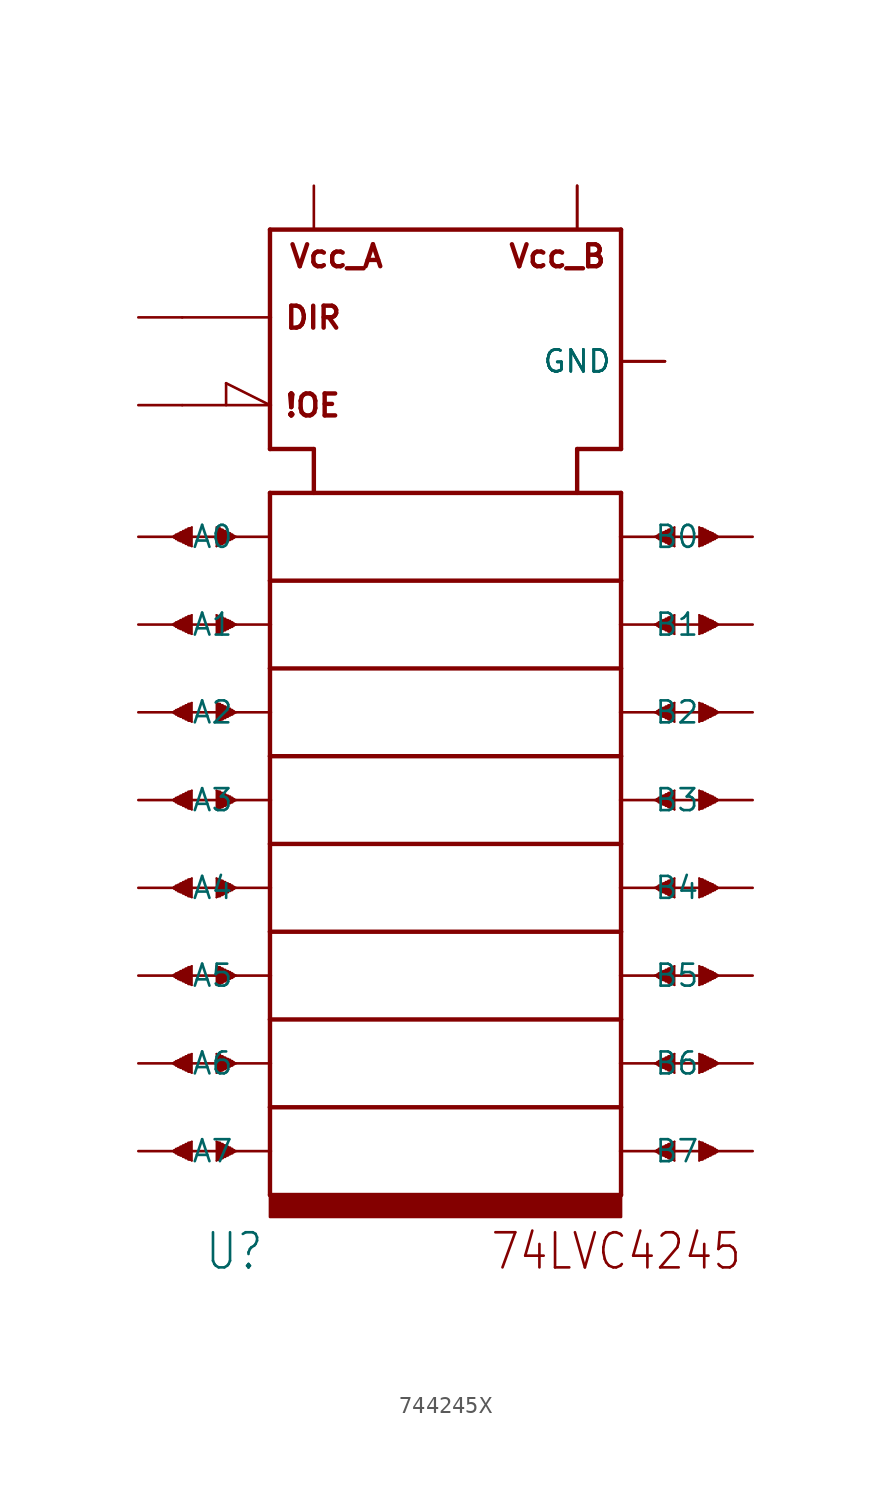
<source format=kicad_sym>
(kicad_symbol_lib
  (version 20211014)
  (generator kicad_symbol_editor)
  (symbol "744245X"
    (property "Reference" "U"
      (at -13.97 -37.465 0)
      (effects (font (size 2.032 1.727)) (justify left bottom)))
    (property "ki_locked" ""
      (at 0 0 0)
      (effects (font (size 1.27 1.27))))
    (symbol "744245X_1_0"
      (rectangle (start -15.697 -30.531) (end -15.596 -30.429) (stroke (width 0) (type default) (color 0 0 0 0)) (fill (type outline)))
      (rectangle (start -15.697 -25.451) (end -15.596 -25.349) (stroke (width 0) (type default) (color 0 0 0 0)) (fill (type outline)))
      (rectangle (start -15.697 -20.371) (end -15.596 -20.269) (stroke (width 0) (type default) (color 0 0 0 0)) (fill (type outline)))
      (rectangle (start -15.697 -15.291) (end -15.596 -15.189) (stroke (width 0) (type default) (color 0 0 0 0)) (fill (type outline)))
      (rectangle (start -15.697 -10.211) (end -15.596 -10.109) (stroke (width 0) (type default) (color 0 0 0 0)) (fill (type outline)))
      (rectangle (start -15.697 -5.131) (end -15.596 -5.029) (stroke (width 0) (type default) (color 0 0 0 0)) (fill (type outline)))
      (rectangle (start -15.697 -0.051) (end -15.596 0.051) (stroke (width 0) (type default) (color 0 0 0 0)) (fill (type outline)))
      (rectangle (start -15.697 5.029) (end -15.596 5.131) (stroke (width 0) (type default) (color 0 0 0 0)) (fill (type outline)))
      (rectangle (start -15.596 -30.607) (end -15.469 -30.353) (stroke (width 0) (type default) (color 0 0 0 0)) (fill (type outline)))
      (rectangle (start -15.596 -25.527) (end -15.469 -25.273) (stroke (width 0) (type default) (color 0 0 0 0)) (fill (type outline)))
      (rectangle (start -15.596 -20.447) (end -15.469 -20.193) (stroke (width 0) (type default) (color 0 0 0 0)) (fill (type outline)))
      (rectangle (start -15.596 -15.367) (end -15.469 -15.113) (stroke (width 0) (type default) (color 0 0 0 0)) (fill (type outline)))
      (rectangle (start -15.596 -10.287) (end -15.469 -10.033) (stroke (width 0) (type default) (color 0 0 0 0)) (fill (type outline)))
      (rectangle (start -15.596 -5.207) (end -15.469 -4.953) (stroke (width 0) (type default) (color 0 0 0 0)) (fill (type outline)))
      (rectangle (start -15.596 -0.127) (end -15.469 0.127) (stroke (width 0) (type default) (color 0 0 0 0)) (fill (type outline)))
      (rectangle (start -15.596 4.953) (end -15.469 5.207) (stroke (width 0) (type default) (color 0 0 0 0)) (fill (type outline)))
      (rectangle (start -15.469 -30.683) (end -15.342 -30.302) (stroke (width 0) (type default) (color 0 0 0 0)) (fill (type outline)))
      (rectangle (start -15.469 -25.603) (end -15.342 -25.222) (stroke (width 0) (type default) (color 0 0 0 0)) (fill (type outline)))
      (rectangle (start -15.469 -20.523) (end -15.342 -20.142) (stroke (width 0) (type default) (color 0 0 0 0)) (fill (type outline)))
      (rectangle (start -15.469 -15.443) (end -15.342 -15.062) (stroke (width 0) (type default) (color 0 0 0 0)) (fill (type outline)))
      (rectangle (start -15.469 -10.363) (end -15.342 -9.982) (stroke (width 0) (type default) (color 0 0 0 0)) (fill (type outline)))
      (rectangle (start -15.469 -5.283) (end -15.342 -4.902) (stroke (width 0) (type default) (color 0 0 0 0)) (fill (type outline)))
      (rectangle (start -15.469 -0.203) (end -15.342 0.178) (stroke (width 0) (type default) (color 0 0 0 0)) (fill (type outline)))
      (rectangle (start -15.469 4.877) (end -15.342 5.258) (stroke (width 0) (type default) (color 0 0 0 0)) (fill (type outline)))
      (rectangle (start -15.342 -30.734) (end -15.189 -30.226) (stroke (width 0) (type default) (color 0 0 0 0)) (fill (type outline)))
      (rectangle (start -15.342 -25.654) (end -15.189 -25.146) (stroke (width 0) (type default) (color 0 0 0 0)) (fill (type outline)))
      (rectangle (start -15.342 -20.574) (end -15.189 -20.066) (stroke (width 0) (type default) (color 0 0 0 0)) (fill (type outline)))
      (rectangle (start -15.342 -15.494) (end -15.189 -14.986) (stroke (width 0) (type default) (color 0 0 0 0)) (fill (type outline)))
      (rectangle (start -15.342 -10.414) (end -15.189 -9.906) (stroke (width 0) (type default) (color 0 0 0 0)) (fill (type outline)))
      (rectangle (start -15.342 -5.334) (end -15.189 -4.826) (stroke (width 0) (type default) (color 0 0 0 0)) (fill (type outline)))
      (rectangle (start -15.342 -0.254) (end -15.189 0.254) (stroke (width 0) (type default) (color 0 0 0 0)) (fill (type outline)))
      (rectangle (start -15.342 4.826) (end -15.189 5.334) (stroke (width 0) (type default) (color 0 0 0 0)) (fill (type outline)))
      (rectangle (start -15.189 -30.81) (end -15.037 -30.15) (stroke (width 0) (type default) (color 0 0 0 0)) (fill (type outline)))
      (rectangle (start -15.189 -25.73) (end -15.037 -25.07) (stroke (width 0) (type default) (color 0 0 0 0)) (fill (type outline)))
      (rectangle (start -15.189 -20.65) (end -15.037 -19.99) (stroke (width 0) (type default) (color 0 0 0 0)) (fill (type outline)))
      (rectangle (start -15.189 -15.57) (end -15.037 -14.91) (stroke (width 0) (type default) (color 0 0 0 0)) (fill (type outline)))
      (rectangle (start -15.189 -10.49) (end -15.037 -9.83) (stroke (width 0) (type default) (color 0 0 0 0)) (fill (type outline)))
      (rectangle (start -15.189 -5.41) (end -15.037 -4.75) (stroke (width 0) (type default) (color 0 0 0 0)) (fill (type outline)))
      (rectangle (start -15.189 -0.33) (end -15.037 0.33) (stroke (width 0) (type default) (color 0 0 0 0)) (fill (type outline)))
      (rectangle (start -15.189 4.75) (end -15.037 5.41) (stroke (width 0) (type default) (color 0 0 0 0)) (fill (type outline)))
      (rectangle (start -15.037 -30.886) (end -14.884 -30.074) (stroke (width 0) (type default) (color 0 0 0 0)) (fill (type outline)))
      (rectangle (start -15.037 -25.806) (end -14.884 -24.994) (stroke (width 0) (type default) (color 0 0 0 0)) (fill (type outline)))
      (rectangle (start -15.037 -20.726) (end -14.884 -19.914) (stroke (width 0) (type default) (color 0 0 0 0)) (fill (type outline)))
      (rectangle (start -15.037 -15.646) (end -14.884 -14.834) (stroke (width 0) (type default) (color 0 0 0 0)) (fill (type outline)))
      (rectangle (start -15.037 -10.566) (end -14.884 -9.754) (stroke (width 0) (type default) (color 0 0 0 0)) (fill (type outline)))
      (rectangle (start -15.037 -5.486) (end -14.884 -4.674) (stroke (width 0) (type default) (color 0 0 0 0)) (fill (type outline)))
      (rectangle (start -15.037 -0.406) (end -14.884 0.406) (stroke (width 0) (type default) (color 0 0 0 0)) (fill (type outline)))
      (rectangle (start -15.037 4.674) (end -14.884 5.486) (stroke (width 0) (type default) (color 0 0 0 0)) (fill (type outline)))
      (rectangle (start -14.884 -30.963) (end -14.732 -29.997) (stroke (width 0) (type default) (color 0 0 0 0)) (fill (type outline)))
      (rectangle (start -14.884 -25.883) (end -14.732 -24.917) (stroke (width 0) (type default) (color 0 0 0 0)) (fill (type outline)))
      (rectangle (start -14.884 -20.803) (end -14.732 -19.837) (stroke (width 0) (type default) (color 0 0 0 0)) (fill (type outline)))
      (rectangle (start -14.884 -15.723) (end -14.732 -14.757) (stroke (width 0) (type default) (color 0 0 0 0)) (fill (type outline)))
      (rectangle (start -14.884 -10.643) (end -14.732 -9.677) (stroke (width 0) (type default) (color 0 0 0 0)) (fill (type outline)))
      (rectangle (start -14.884 -5.563) (end -14.732 -4.597) (stroke (width 0) (type default) (color 0 0 0 0)) (fill (type outline)))
      (rectangle (start -14.884 -0.483) (end -14.732 0.483) (stroke (width 0) (type default) (color 0 0 0 0)) (fill (type outline)))
      (rectangle (start -14.884 4.597) (end -14.732 5.563) (stroke (width 0) (type default) (color 0 0 0 0)) (fill (type outline)))
      (rectangle (start -13.208 -30.963) (end -13.056 -29.997) (stroke (width 0) (type default) (color 0 0 0 0)) (fill (type outline)))
      (rectangle (start -13.208 -25.883) (end -13.056 -24.917) (stroke (width 0) (type default) (color 0 0 0 0)) (fill (type outline)))
      (rectangle (start -13.208 -20.803) (end -13.056 -19.837) (stroke (width 0) (type default) (color 0 0 0 0)) (fill (type outline)))
      (rectangle (start -13.208 -15.723) (end -13.056 -14.757) (stroke (width 0) (type default) (color 0 0 0 0)) (fill (type outline)))
      (rectangle (start -13.208 -10.643) (end -13.056 -9.677) (stroke (width 0) (type default) (color 0 0 0 0)) (fill (type outline)))
      (rectangle (start -13.208 -5.563) (end -13.056 -4.597) (stroke (width 0) (type default) (color 0 0 0 0)) (fill (type outline)))
      (rectangle (start -13.208 -0.483) (end -13.056 0.483) (stroke (width 0) (type default) (color 0 0 0 0)) (fill (type outline)))
      (rectangle (start -13.208 4.597) (end -13.056 5.563) (stroke (width 0) (type default) (color 0 0 0 0)) (fill (type outline)))
      (rectangle (start -13.056 -30.886) (end -12.903 -30.074) (stroke (width 0) (type default) (color 0 0 0 0)) (fill (type outline)))
      (rectangle (start -13.056 -25.806) (end -12.903 -24.994) (stroke (width 0) (type default) (color 0 0 0 0)) (fill (type outline)))
      (rectangle (start -13.056 -20.726) (end -12.903 -19.914) (stroke (width 0) (type default) (color 0 0 0 0)) (fill (type outline)))
      (rectangle (start -13.056 -15.646) (end -12.903 -14.834) (stroke (width 0) (type default) (color 0 0 0 0)) (fill (type outline)))
      (rectangle (start -13.056 -10.566) (end -12.903 -9.754) (stroke (width 0) (type default) (color 0 0 0 0)) (fill (type outline)))
      (rectangle (start -13.056 -5.486) (end -12.903 -4.674) (stroke (width 0) (type default) (color 0 0 0 0)) (fill (type outline)))
      (rectangle (start -13.056 -0.406) (end -12.903 0.406) (stroke (width 0) (type default) (color 0 0 0 0)) (fill (type outline)))
      (rectangle (start -13.056 4.674) (end -12.903 5.486) (stroke (width 0) (type default) (color 0 0 0 0)) (fill (type outline)))
      (rectangle (start -12.903 -30.81) (end -12.751 -30.15) (stroke (width 0) (type default) (color 0 0 0 0)) (fill (type outline)))
      (rectangle (start -12.903 -25.73) (end -12.751 -25.07) (stroke (width 0) (type default) (color 0 0 0 0)) (fill (type outline)))
      (rectangle (start -12.903 -20.65) (end -12.751 -19.99) (stroke (width 0) (type default) (color 0 0 0 0)) (fill (type outline)))
      (rectangle (start -12.903 -15.57) (end -12.751 -14.91) (stroke (width 0) (type default) (color 0 0 0 0)) (fill (type outline)))
      (rectangle (start -12.903 -10.49) (end -12.751 -9.83) (stroke (width 0) (type default) (color 0 0 0 0)) (fill (type outline)))
      (rectangle (start -12.903 -5.41) (end -12.751 -4.75) (stroke (width 0) (type default) (color 0 0 0 0)) (fill (type outline)))
      (rectangle (start -12.903 -0.33) (end -12.751 0.33) (stroke (width 0) (type default) (color 0 0 0 0)) (fill (type outline)))
      (rectangle (start -12.903 4.75) (end -12.751 5.41) (stroke (width 0) (type default) (color 0 0 0 0)) (fill (type outline)))
      (rectangle (start -12.751 -30.734) (end -12.598 -30.226) (stroke (width 0) (type default) (color 0 0 0 0)) (fill (type outline)))
      (rectangle (start -12.751 -25.654) (end -12.598 -25.146) (stroke (width 0) (type default) (color 0 0 0 0)) (fill (type outline)))
      (rectangle (start -12.751 -20.574) (end -12.598 -20.066) (stroke (width 0) (type default) (color 0 0 0 0)) (fill (type outline)))
      (rectangle (start -12.751 -15.494) (end -12.598 -14.986) (stroke (width 0) (type default) (color 0 0 0 0)) (fill (type outline)))
      (rectangle (start -12.751 -10.414) (end -12.598 -9.906) (stroke (width 0) (type default) (color 0 0 0 0)) (fill (type outline)))
      (rectangle (start -12.751 -5.334) (end -12.598 -4.826) (stroke (width 0) (type default) (color 0 0 0 0)) (fill (type outline)))
      (rectangle (start -12.751 -0.254) (end -12.598 0.254) (stroke (width 0) (type default) (color 0 0 0 0)) (fill (type outline)))
      (rectangle (start -12.751 4.826) (end -12.598 5.334) (stroke (width 0) (type default) (color 0 0 0 0)) (fill (type outline)))
      (rectangle (start -12.598 -30.658) (end -12.471 -30.277) (stroke (width 0) (type default) (color 0 0 0 0)) (fill (type outline)))
      (rectangle (start -12.598 -25.578) (end -12.471 -25.197) (stroke (width 0) (type default) (color 0 0 0 0)) (fill (type outline)))
      (rectangle (start -12.598 -20.498) (end -12.471 -20.117) (stroke (width 0) (type default) (color 0 0 0 0)) (fill (type outline)))
      (rectangle (start -12.598 -15.418) (end -12.471 -15.037) (stroke (width 0) (type default) (color 0 0 0 0)) (fill (type outline)))
      (rectangle (start -12.598 -10.338) (end -12.471 -9.957) (stroke (width 0) (type default) (color 0 0 0 0)) (fill (type outline)))
      (rectangle (start -12.598 -5.258) (end -12.471 -4.877) (stroke (width 0) (type default) (color 0 0 0 0)) (fill (type outline)))
      (rectangle (start -12.598 -0.178) (end -12.471 0.203) (stroke (width 0) (type default) (color 0 0 0 0)) (fill (type outline)))
      (rectangle (start -12.598 4.902) (end -12.471 5.283) (stroke (width 0) (type default) (color 0 0 0 0)) (fill (type outline)))
      (rectangle (start -12.471 -30.607) (end -12.344 -30.353) (stroke (width 0) (type default) (color 0 0 0 0)) (fill (type outline)))
      (rectangle (start -12.471 -25.527) (end -12.344 -25.273) (stroke (width 0) (type default) (color 0 0 0 0)) (fill (type outline)))
      (rectangle (start -12.471 -20.447) (end -12.344 -20.193) (stroke (width 0) (type default) (color 0 0 0 0)) (fill (type outline)))
      (rectangle (start -12.471 -15.367) (end -12.344 -15.113) (stroke (width 0) (type default) (color 0 0 0 0)) (fill (type outline)))
      (rectangle (start -12.471 -10.287) (end -12.344 -10.033) (stroke (width 0) (type default) (color 0 0 0 0)) (fill (type outline)))
      (rectangle (start -12.471 -5.207) (end -12.344 -4.953) (stroke (width 0) (type default) (color 0 0 0 0)) (fill (type outline)))
      (rectangle (start -12.471 -0.127) (end -12.344 0.127) (stroke (width 0) (type default) (color 0 0 0 0)) (fill (type outline)))
      (rectangle (start -12.471 4.953) (end -12.344 5.207) (stroke (width 0) (type default) (color 0 0 0 0)) (fill (type outline)))
      (rectangle (start -12.344 -30.531) (end -12.243 -30.429) (stroke (width 0) (type default) (color 0 0 0 0)) (fill (type outline)))
      (rectangle (start -12.344 -25.451) (end -12.243 -25.349) (stroke (width 0) (type default) (color 0 0 0 0)) (fill (type outline)))
      (rectangle (start -12.344 -20.371) (end -12.243 -20.269) (stroke (width 0) (type default) (color 0 0 0 0)) (fill (type outline)))
      (rectangle (start -12.344 -15.291) (end -12.243 -15.189) (stroke (width 0) (type default) (color 0 0 0 0)) (fill (type outline)))
      (rectangle (start -12.344 -10.211) (end -12.243 -10.109) (stroke (width 0) (type default) (color 0 0 0 0)) (fill (type outline)))
      (rectangle (start -12.344 -5.131) (end -12.243 -5.029) (stroke (width 0) (type default) (color 0 0 0 0)) (fill (type outline)))
      (rectangle (start -12.344 -0.051) (end -12.243 0.051) (stroke (width 0) (type default) (color 0 0 0 0)) (fill (type outline)))
      (rectangle (start -12.344 5.029) (end -12.243 5.131) (stroke (width 0) (type default) (color 0 0 0 0)) (fill (type outline)))
      (rectangle (start -10.16 -34.29) (end 10.16 -33.02) (stroke (width 0) (type default) (color 0 0 0 0)) (fill (type outline)))
      (polyline (pts (xy -15.799 -30.48) (xy -14.681 -29.921)) (stroke (width 0.102) (type default) (color 0 0 0 0)) (fill (type none)))
      (polyline (pts (xy -15.799 -25.4) (xy -14.681 -24.841)) (stroke (width 0.102) (type default) (color 0 0 0 0)) (fill (type none)))
      (polyline (pts (xy -15.799 -20.32) (xy -14.681 -19.761)) (stroke (width 0.102) (type default) (color 0 0 0 0)) (fill (type none)))
      (polyline (pts (xy -15.799 -15.24) (xy -14.681 -14.681)) (stroke (width 0.102) (type default) (color 0 0 0 0)) (fill (type none)))
      (polyline (pts (xy -15.799 -10.16) (xy -14.681 -9.601)) (stroke (width 0.102) (type default) (color 0 0 0 0)) (fill (type none)))
      (polyline (pts (xy -15.799 -5.08) (xy -14.681 -4.521)) (stroke (width 0.102) (type default) (color 0 0 0 0)) (fill (type none)))
      (polyline (pts (xy -15.799 0) (xy -14.681 0.559)) (stroke (width 0.102) (type default) (color 0 0 0 0)) (fill (type none)))
      (polyline (pts (xy -15.799 5.08) (xy -14.681 5.639)) (stroke (width 0.102) (type default) (color 0 0 0 0)) (fill (type none)))
      (polyline (pts (xy -15.24 -30.48) (xy -12.141 -30.48)) (stroke (width 0.152) (type default) (color 0 0 0 0)) (fill (type none)))
      (polyline (pts (xy -15.24 -25.4) (xy -12.141 -25.4)) (stroke (width 0.152) (type default) (color 0 0 0 0)) (fill (type none)))
      (polyline (pts (xy -15.24 -20.32) (xy -12.141 -20.32)) (stroke (width 0.152) (type default) (color 0 0 0 0)) (fill (type none)))
      (polyline (pts (xy -15.24 -15.24) (xy -12.141 -15.24)) (stroke (width 0.152) (type default) (color 0 0 0 0)) (fill (type none)))
      (polyline (pts (xy -15.24 -10.16) (xy -12.141 -10.16)) (stroke (width 0.152) (type default) (color 0 0 0 0)) (fill (type none)))
      (polyline (pts (xy -15.24 -5.08) (xy -12.141 -5.08)) (stroke (width 0.152) (type default) (color 0 0 0 0)) (fill (type none)))
      (polyline (pts (xy -15.24 0) (xy -12.141 0)) (stroke (width 0.152) (type default) (color 0 0 0 0)) (fill (type none)))
      (polyline (pts (xy -15.24 5.08) (xy -12.141 5.08)) (stroke (width 0.152) (type default) (color 0 0 0 0)) (fill (type none)))
      (polyline (pts (xy -15.24 12.7) (xy -10.16 12.7)) (stroke (width 0.152) (type default) (color 0 0 0 0)) (fill (type none)))
      (polyline (pts (xy -15.24 17.78) (xy -10.16 17.78)) (stroke (width 0.152) (type default) (color 0 0 0 0)) (fill (type none)))
      (polyline (pts (xy -14.681 -31.039) (xy -15.799 -30.48)) (stroke (width 0.102) (type default) (color 0 0 0 0)) (fill (type none)))
      (polyline (pts (xy -14.681 -29.921) (xy -14.681 -31.039)) (stroke (width 0.102) (type default) (color 0 0 0 0)) (fill (type none)))
      (polyline (pts (xy -14.681 -25.959) (xy -15.799 -25.4)) (stroke (width 0.102) (type default) (color 0 0 0 0)) (fill (type none)))
      (polyline (pts (xy -14.681 -24.841) (xy -14.681 -25.959)) (stroke (width 0.102) (type default) (color 0 0 0 0)) (fill (type none)))
      (polyline (pts (xy -14.681 -20.879) (xy -15.799 -20.32)) (stroke (width 0.102) (type default) (color 0 0 0 0)) (fill (type none)))
      (polyline (pts (xy -14.681 -19.761) (xy -14.681 -20.879)) (stroke (width 0.102) (type default) (color 0 0 0 0)) (fill (type none)))
      (polyline (pts (xy -14.681 -15.799) (xy -15.799 -15.24)) (stroke (width 0.102) (type default) (color 0 0 0 0)) (fill (type none)))
      (polyline (pts (xy -14.681 -14.681) (xy -14.681 -15.799)) (stroke (width 0.102) (type default) (color 0 0 0 0)) (fill (type none)))
      (polyline (pts (xy -14.681 -10.719) (xy -15.799 -10.16)) (stroke (width 0.102) (type default) (color 0 0 0 0)) (fill (type none)))
      (polyline (pts (xy -14.681 -9.601) (xy -14.681 -10.719)) (stroke (width 0.102) (type default) (color 0 0 0 0)) (fill (type none)))
      (polyline (pts (xy -14.681 -5.639) (xy -15.799 -5.08)) (stroke (width 0.102) (type default) (color 0 0 0 0)) (fill (type none)))
      (polyline (pts (xy -14.681 -4.521) (xy -14.681 -5.639)) (stroke (width 0.102) (type default) (color 0 0 0 0)) (fill (type none)))
      (polyline (pts (xy -14.681 -0.559) (xy -15.799 0)) (stroke (width 0.102) (type default) (color 0 0 0 0)) (fill (type none)))
      (polyline (pts (xy -14.681 0.559) (xy -14.681 -0.559)) (stroke (width 0.102) (type default) (color 0 0 0 0)) (fill (type none)))
      (polyline (pts (xy -14.681 4.521) (xy -15.799 5.08)) (stroke (width 0.102) (type default) (color 0 0 0 0)) (fill (type none)))
      (polyline (pts (xy -14.681 5.639) (xy -14.681 4.521)) (stroke (width 0.102) (type default) (color 0 0 0 0)) (fill (type none)))
      (polyline (pts (xy -13.259 -31.039) (xy -13.259 -29.921)) (stroke (width 0.102) (type default) (color 0 0 0 0)) (fill (type none)))
      (polyline (pts (xy -13.259 -29.921) (xy -12.141 -30.48)) (stroke (width 0.102) (type default) (color 0 0 0 0)) (fill (type none)))
      (polyline (pts (xy -13.259 -25.959) (xy -13.259 -24.841)) (stroke (width 0.102) (type default) (color 0 0 0 0)) (fill (type none)))
      (polyline (pts (xy -13.259 -24.841) (xy -12.141 -25.4)) (stroke (width 0.102) (type default) (color 0 0 0 0)) (fill (type none)))
      (polyline (pts (xy -13.259 -20.879) (xy -13.259 -19.761)) (stroke (width 0.102) (type default) (color 0 0 0 0)) (fill (type none)))
      (polyline (pts (xy -13.259 -19.761) (xy -12.141 -20.32)) (stroke (width 0.102) (type default) (color 0 0 0 0)) (fill (type none)))
      (polyline (pts (xy -13.259 -15.799) (xy -13.259 -14.681)) (stroke (width 0.102) (type default) (color 0 0 0 0)) (fill (type none)))
      (polyline (pts (xy -13.259 -14.681) (xy -12.141 -15.24)) (stroke (width 0.102) (type default) (color 0 0 0 0)) (fill (type none)))
      (polyline (pts (xy -13.259 -10.719) (xy -13.259 -9.601)) (stroke (width 0.102) (type default) (color 0 0 0 0)) (fill (type none)))
      (polyline (pts (xy -13.259 -9.601) (xy -12.141 -10.16)) (stroke (width 0.102) (type default) (color 0 0 0 0)) (fill (type none)))
      (polyline (pts (xy -13.259 -5.639) (xy -13.259 -4.521)) (stroke (width 0.102) (type default) (color 0 0 0 0)) (fill (type none)))
      (polyline (pts (xy -13.259 -4.521) (xy -12.141 -5.08)) (stroke (width 0.102) (type default) (color 0 0 0 0)) (fill (type none)))
      (polyline (pts (xy -13.259 -0.559) (xy -13.259 0.559)) (stroke (width 0.102) (type default) (color 0 0 0 0)) (fill (type none)))
      (polyline (pts (xy -13.259 0.559) (xy -12.141 0)) (stroke (width 0.102) (type default) (color 0 0 0 0)) (fill (type none)))
      (polyline (pts (xy -13.259 4.521) (xy -13.259 5.639)) (stroke (width 0.102) (type default) (color 0 0 0 0)) (fill (type none)))
      (polyline (pts (xy -13.259 5.639) (xy -12.141 5.08)) (stroke (width 0.102) (type default) (color 0 0 0 0)) (fill (type none)))
      (polyline (pts (xy -12.7 13.97) (xy -12.7 12.7)) (stroke (width 0.152) (type default) (color 0 0 0 0)) (fill (type none)))
      (polyline (pts (xy -12.141 -30.48) (xy -13.259 -31.039)) (stroke (width 0.102) (type default) (color 0 0 0 0)) (fill (type none)))
      (polyline (pts (xy -12.141 -30.48) (xy -10.16 -30.48)) (stroke (width 0.152) (type default) (color 0 0 0 0)) (fill (type none)))
      (polyline (pts (xy -12.141 -25.4) (xy -13.259 -25.959)) (stroke (width 0.102) (type default) (color 0 0 0 0)) (fill (type none)))
      (polyline (pts (xy -12.141 -25.4) (xy -10.16 -25.4)) (stroke (width 0.152) (type default) (color 0 0 0 0)) (fill (type none)))
      (polyline (pts (xy -12.141 -20.32) (xy -13.259 -20.879)) (stroke (width 0.102) (type default) (color 0 0 0 0)) (fill (type none)))
      (polyline (pts (xy -12.141 -20.32) (xy -10.16 -20.32)) (stroke (width 0.152) (type default) (color 0 0 0 0)) (fill (type none)))
      (polyline (pts (xy -12.141 -15.24) (xy -13.259 -15.799)) (stroke (width 0.102) (type default) (color 0 0 0 0)) (fill (type none)))
      (polyline (pts (xy -12.141 -15.24) (xy -10.16 -15.24)) (stroke (width 0.152) (type default) (color 0 0 0 0)) (fill (type none)))
      (polyline (pts (xy -12.141 -10.16) (xy -13.259 -10.719)) (stroke (width 0.102) (type default) (color 0 0 0 0)) (fill (type none)))
      (polyline (pts (xy -12.141 -10.16) (xy -10.16 -10.16)) (stroke (width 0.152) (type default) (color 0 0 0 0)) (fill (type none)))
      (polyline (pts (xy -12.141 -5.08) (xy -13.259 -5.639)) (stroke (width 0.102) (type default) (color 0 0 0 0)) (fill (type none)))
      (polyline (pts (xy -12.141 -5.08) (xy -10.16 -5.08)) (stroke (width 0.152) (type default) (color 0 0 0 0)) (fill (type none)))
      (polyline (pts (xy -12.141 0) (xy -13.259 -0.559)) (stroke (width 0.102) (type default) (color 0 0 0 0)) (fill (type none)))
      (polyline (pts (xy -12.141 0) (xy -10.16 0)) (stroke (width 0.152) (type default) (color 0 0 0 0)) (fill (type none)))
      (polyline (pts (xy -12.141 5.08) (xy -13.259 4.521)) (stroke (width 0.102) (type default) (color 0 0 0 0)) (fill (type none)))
      (polyline (pts (xy -12.141 5.08) (xy -10.16 5.08)) (stroke (width 0.152) (type default) (color 0 0 0 0)) (fill (type none)))
      (polyline (pts (xy -10.16 -33.02) (xy 10.16 -33.02)) (stroke (width 0.254) (type default) (color 0 0 0 0)) (fill (type none)))
      (polyline (pts (xy -10.16 -30.48) (xy -10.16 -33.02)) (stroke (width 0.254) (type default) (color 0 0 0 0)) (fill (type none)))
      (polyline (pts (xy -10.16 -27.94) (xy -10.16 -30.48)) (stroke (width 0.254) (type default) (color 0 0 0 0)) (fill (type none)))
      (polyline (pts (xy -10.16 -27.94) (xy 10.16 -27.94)) (stroke (width 0.254) (type default) (color 0 0 0 0)) (fill (type none)))
      (polyline (pts (xy -10.16 -25.4) (xy -10.16 -27.94)) (stroke (width 0.254) (type default) (color 0 0 0 0)) (fill (type none)))
      (polyline (pts (xy -10.16 -22.86) (xy -10.16 -25.4)) (stroke (width 0.254) (type default) (color 0 0 0 0)) (fill (type none)))
      (polyline (pts (xy -10.16 -22.86) (xy 10.16 -22.86)) (stroke (width 0.254) (type default) (color 0 0 0 0)) (fill (type none)))
      (polyline (pts (xy -10.16 -20.32) (xy -10.16 -22.86)) (stroke (width 0.254) (type default) (color 0 0 0 0)) (fill (type none)))
      (polyline (pts (xy -10.16 -17.78) (xy -10.16 -20.32)) (stroke (width 0.254) (type default) (color 0 0 0 0)) (fill (type none)))
      (polyline (pts (xy -10.16 -17.78) (xy 10.16 -17.78)) (stroke (width 0.254) (type default) (color 0 0 0 0)) (fill (type none)))
      (polyline (pts (xy -10.16 -15.24) (xy -10.16 -17.78)) (stroke (width 0.254) (type default) (color 0 0 0 0)) (fill (type none)))
      (polyline (pts (xy -10.16 -12.7) (xy -10.16 -15.24)) (stroke (width 0.254) (type default) (color 0 0 0 0)) (fill (type none)))
      (polyline (pts (xy -10.16 -12.7) (xy 10.16 -12.7)) (stroke (width 0.254) (type default) (color 0 0 0 0)) (fill (type none)))
      (polyline (pts (xy -10.16 -10.16) (xy -10.16 -12.7)) (stroke (width 0.254) (type default) (color 0 0 0 0)) (fill (type none)))
      (polyline (pts (xy -10.16 -7.62) (xy -10.16 -10.16)) (stroke (width 0.254) (type default) (color 0 0 0 0)) (fill (type none)))
      (polyline (pts (xy -10.16 -7.62) (xy 10.16 -7.62)) (stroke (width 0.254) (type default) (color 0 0 0 0)) (fill (type none)))
      (polyline (pts (xy -10.16 -5.08) (xy -10.16 -7.62)) (stroke (width 0.254) (type default) (color 0 0 0 0)) (fill (type none)))
      (polyline (pts (xy -10.16 -2.54) (xy -10.16 -5.08)) (stroke (width 0.254) (type default) (color 0 0 0 0)) (fill (type none)))
      (polyline (pts (xy -10.16 -2.54) (xy 10.16 -2.54)) (stroke (width 0.254) (type default) (color 0 0 0 0)) (fill (type none)))
      (polyline (pts (xy -10.16 0) (xy -10.16 -2.54)) (stroke (width 0.254) (type default) (color 0 0 0 0)) (fill (type none)))
      (polyline (pts (xy -10.16 2.54) (xy -10.16 0)) (stroke (width 0.254) (type default) (color 0 0 0 0)) (fill (type none)))
      (polyline (pts (xy -10.16 2.54) (xy 10.16 2.54)) (stroke (width 0.254) (type default) (color 0 0 0 0)) (fill (type none)))
      (polyline (pts (xy -10.16 7.62) (xy -10.16 2.54)) (stroke (width 0.254) (type default) (color 0 0 0 0)) (fill (type none)))
      (polyline (pts (xy -10.16 7.62) (xy 10.16 7.62)) (stroke (width 0.254) (type default) (color 0 0 0 0)) (fill (type none)))
      (polyline (pts (xy -10.16 12.7) (xy -12.7 13.97)) (stroke (width 0.152) (type default) (color 0 0 0 0)) (fill (type none)))
      (polyline (pts (xy -10.16 12.7) (xy -10.16 10.16)) (stroke (width 0.254) (type default) (color 0 0 0 0)) (fill (type none)))
      (polyline (pts (xy -10.16 17.78) (xy -10.16 12.7)) (stroke (width 0.254) (type default) (color 0 0 0 0)) (fill (type none)))
      (polyline (pts (xy -10.16 22.86) (xy -10.16 17.78)) (stroke (width 0.254) (type default) (color 0 0 0 0)) (fill (type none)))
      (polyline (pts (xy -10.16 22.86) (xy 10.16 22.86)) (stroke (width 0.254) (type default) (color 0 0 0 0)) (fill (type none)))
      (polyline (pts (xy -7.62 7.62) (xy -7.62 10.16)) (stroke (width 0.254) (type default) (color 0 0 0 0)) (fill (type none)))
      (polyline (pts (xy -7.62 10.16) (xy -10.16 10.16)) (stroke (width 0.254) (type default) (color 0 0 0 0)) (fill (type none)))
      (polyline (pts (xy 7.62 7.62) (xy 7.62 10.16)) (stroke (width 0.254) (type default) (color 0 0 0 0)) (fill (type none)))
      (polyline (pts (xy 10.16 -30.48) (xy 10.16 -33.02)) (stroke (width 0.254) (type default) (color 0 0 0 0)) (fill (type none)))
      (polyline (pts (xy 10.16 -27.94) (xy 10.16 -30.48)) (stroke (width 0.254) (type default) (color 0 0 0 0)) (fill (type none)))
      (polyline (pts (xy 10.16 -25.4) (xy 10.16 -27.94)) (stroke (width 0.254) (type default) (color 0 0 0 0)) (fill (type none)))
      (polyline (pts (xy 10.16 -22.86) (xy 10.16 -25.4)) (stroke (width 0.254) (type default) (color 0 0 0 0)) (fill (type none)))
      (polyline (pts (xy 10.16 -20.32) (xy 10.16 -22.86)) (stroke (width 0.254) (type default) (color 0 0 0 0)) (fill (type none)))
      (polyline (pts (xy 10.16 -17.78) (xy 10.16 -20.32)) (stroke (width 0.254) (type default) (color 0 0 0 0)) (fill (type none)))
      (polyline (pts (xy 10.16 -15.24) (xy 10.16 -17.78)) (stroke (width 0.254) (type default) (color 0 0 0 0)) (fill (type none)))
      (polyline (pts (xy 10.16 -12.7) (xy 10.16 -15.24)) (stroke (width 0.254) (type default) (color 0 0 0 0)) (fill (type none)))
      (polyline (pts (xy 10.16 -10.16) (xy 10.16 -12.7)) (stroke (width 0.254) (type default) (color 0 0 0 0)) (fill (type none)))
      (polyline (pts (xy 10.16 -7.62) (xy 10.16 -10.16)) (stroke (width 0.254) (type default) (color 0 0 0 0)) (fill (type none)))
      (polyline (pts (xy 10.16 -5.08) (xy 10.16 -7.62)) (stroke (width 0.254) (type default) (color 0 0 0 0)) (fill (type none)))
      (polyline (pts (xy 10.16 -2.54) (xy 10.16 -5.08)) (stroke (width 0.254) (type default) (color 0 0 0 0)) (fill (type none)))
      (polyline (pts (xy 10.16 0) (xy 10.16 -2.54)) (stroke (width 0.254) (type default) (color 0 0 0 0)) (fill (type none)))
      (polyline (pts (xy 10.16 2.54) (xy 10.16 0)) (stroke (width 0.254) (type default) (color 0 0 0 0)) (fill (type none)))
      (polyline (pts (xy 10.16 5.08) (xy 10.16 2.54)) (stroke (width 0.254) (type default) (color 0 0 0 0)) (fill (type none)))
      (polyline (pts (xy 10.16 7.62) (xy 10.16 5.08)) (stroke (width 0.254) (type default) (color 0 0 0 0)) (fill (type none)))
      (polyline (pts (xy 10.16 10.16) (xy 7.62 10.16)) (stroke (width 0.254) (type default) (color 0 0 0 0)) (fill (type none)))
      (polyline (pts (xy 10.16 22.86) (xy 10.16 10.16)) (stroke (width 0.254) (type default) (color 0 0 0 0)) (fill (type none)))
      (polyline (pts (xy 12.141 -30.48) (xy 10.16 -30.48)) (stroke (width 0.152) (type default) (color 0 0 0 0)) (fill (type none)))
      (polyline (pts (xy 12.141 -30.48) (xy 13.259 -29.921)) (stroke (width 0.102) (type default) (color 0 0 0 0)) (fill (type none)))
      (polyline (pts (xy 12.141 -25.4) (xy 10.16 -25.4)) (stroke (width 0.152) (type default) (color 0 0 0 0)) (fill (type none)))
      (polyline (pts (xy 12.141 -25.4) (xy 13.259 -24.841)) (stroke (width 0.102) (type default) (color 0 0 0 0)) (fill (type none)))
      (polyline (pts (xy 12.141 -20.32) (xy 10.16 -20.32)) (stroke (width 0.152) (type default) (color 0 0 0 0)) (fill (type none)))
      (polyline (pts (xy 12.141 -20.32) (xy 13.259 -19.761)) (stroke (width 0.102) (type default) (color 0 0 0 0)) (fill (type none)))
      (polyline (pts (xy 12.141 -15.24) (xy 10.16 -15.24)) (stroke (width 0.152) (type default) (color 0 0 0 0)) (fill (type none)))
      (polyline (pts (xy 12.141 -15.24) (xy 13.259 -14.681)) (stroke (width 0.102) (type default) (color 0 0 0 0)) (fill (type none)))
      (polyline (pts (xy 12.141 -10.16) (xy 10.16 -10.16)) (stroke (width 0.152) (type default) (color 0 0 0 0)) (fill (type none)))
      (polyline (pts (xy 12.141 -10.16) (xy 13.259 -9.601)) (stroke (width 0.102) (type default) (color 0 0 0 0)) (fill (type none)))
      (polyline (pts (xy 12.141 -5.08) (xy 10.16 -5.08)) (stroke (width 0.152) (type default) (color 0 0 0 0)) (fill (type none)))
      (polyline (pts (xy 12.141 -5.08) (xy 13.259 -4.521)) (stroke (width 0.102) (type default) (color 0 0 0 0)) (fill (type none)))
      (polyline (pts (xy 12.141 0) (xy 10.16 0)) (stroke (width 0.152) (type default) (color 0 0 0 0)) (fill (type none)))
      (polyline (pts (xy 12.141 0) (xy 13.259 0.559)) (stroke (width 0.102) (type default) (color 0 0 0 0)) (fill (type none)))
      (polyline (pts (xy 12.141 5.08) (xy 10.16 5.08)) (stroke (width 0.152) (type default) (color 0 0 0 0)) (fill (type none)))
      (polyline (pts (xy 12.141 5.08) (xy 13.259 5.639)) (stroke (width 0.102) (type default) (color 0 0 0 0)) (fill (type none)))
      (polyline (pts (xy 13.259 -31.039) (xy 12.141 -30.48)) (stroke (width 0.102) (type default) (color 0 0 0 0)) (fill (type none)))
      (polyline (pts (xy 13.259 -29.921) (xy 13.259 -31.039)) (stroke (width 0.102) (type default) (color 0 0 0 0)) (fill (type none)))
      (polyline (pts (xy 13.259 -25.959) (xy 12.141 -25.4)) (stroke (width 0.102) (type default) (color 0 0 0 0)) (fill (type none)))
      (polyline (pts (xy 13.259 -24.841) (xy 13.259 -25.959)) (stroke (width 0.102) (type default) (color 0 0 0 0)) (fill (type none)))
      (polyline (pts (xy 13.259 -20.879) (xy 12.141 -20.32)) (stroke (width 0.102) (type default) (color 0 0 0 0)) (fill (type none)))
      (polyline (pts (xy 13.259 -19.761) (xy 13.259 -20.879)) (stroke (width 0.102) (type default) (color 0 0 0 0)) (fill (type none)))
      (polyline (pts (xy 13.259 -15.799) (xy 12.141 -15.24)) (stroke (width 0.102) (type default) (color 0 0 0 0)) (fill (type none)))
      (polyline (pts (xy 13.259 -14.681) (xy 13.259 -15.799)) (stroke (width 0.102) (type default) (color 0 0 0 0)) (fill (type none)))
      (polyline (pts (xy 13.259 -10.719) (xy 12.141 -10.16)) (stroke (width 0.102) (type default) (color 0 0 0 0)) (fill (type none)))
      (polyline (pts (xy 13.259 -9.601) (xy 13.259 -10.719)) (stroke (width 0.102) (type default) (color 0 0 0 0)) (fill (type none)))
      (polyline (pts (xy 13.259 -5.639) (xy 12.141 -5.08)) (stroke (width 0.102) (type default) (color 0 0 0 0)) (fill (type none)))
      (polyline (pts (xy 13.259 -4.521) (xy 13.259 -5.639)) (stroke (width 0.102) (type default) (color 0 0 0 0)) (fill (type none)))
      (polyline (pts (xy 13.259 -0.559) (xy 12.141 0)) (stroke (width 0.102) (type default) (color 0 0 0 0)) (fill (type none)))
      (polyline (pts (xy 13.259 0.559) (xy 13.259 -0.559)) (stroke (width 0.102) (type default) (color 0 0 0 0)) (fill (type none)))
      (polyline (pts (xy 13.259 4.521) (xy 12.141 5.08)) (stroke (width 0.102) (type default) (color 0 0 0 0)) (fill (type none)))
      (polyline (pts (xy 13.259 5.639) (xy 13.259 4.521)) (stroke (width 0.102) (type default) (color 0 0 0 0)) (fill (type none)))
      (polyline (pts (xy 14.681 -31.039) (xy 14.681 -29.921)) (stroke (width 0.102) (type default) (color 0 0 0 0)) (fill (type none)))
      (polyline (pts (xy 14.681 -29.921) (xy 15.799 -30.48)) (stroke (width 0.102) (type default) (color 0 0 0 0)) (fill (type none)))
      (polyline (pts (xy 14.681 -25.959) (xy 14.681 -24.841)) (stroke (width 0.102) (type default) (color 0 0 0 0)) (fill (type none)))
      (polyline (pts (xy 14.681 -24.841) (xy 15.799 -25.4)) (stroke (width 0.102) (type default) (color 0 0 0 0)) (fill (type none)))
      (polyline (pts (xy 14.681 -20.879) (xy 14.681 -19.761)) (stroke (width 0.102) (type default) (color 0 0 0 0)) (fill (type none)))
      (polyline (pts (xy 14.681 -19.761) (xy 15.799 -20.32)) (stroke (width 0.102) (type default) (color 0 0 0 0)) (fill (type none)))
      (polyline (pts (xy 14.681 -15.799) (xy 14.681 -14.681)) (stroke (width 0.102) (type default) (color 0 0 0 0)) (fill (type none)))
      (polyline (pts (xy 14.681 -14.681) (xy 15.799 -15.24)) (stroke (width 0.102) (type default) (color 0 0 0 0)) (fill (type none)))
      (polyline (pts (xy 14.681 -10.719) (xy 14.681 -9.601)) (stroke (width 0.102) (type default) (color 0 0 0 0)) (fill (type none)))
      (polyline (pts (xy 14.681 -9.601) (xy 15.799 -10.16)) (stroke (width 0.102) (type default) (color 0 0 0 0)) (fill (type none)))
      (polyline (pts (xy 14.681 -5.639) (xy 14.681 -4.521)) (stroke (width 0.102) (type default) (color 0 0 0 0)) (fill (type none)))
      (polyline (pts (xy 14.681 -4.521) (xy 15.799 -5.08)) (stroke (width 0.102) (type default) (color 0 0 0 0)) (fill (type none)))
      (polyline (pts (xy 14.681 -0.559) (xy 14.681 0.559)) (stroke (width 0.102) (type default) (color 0 0 0 0)) (fill (type none)))
      (polyline (pts (xy 14.681 0.559) (xy 15.799 0)) (stroke (width 0.102) (type default) (color 0 0 0 0)) (fill (type none)))
      (polyline (pts (xy 14.681 4.521) (xy 14.681 5.639)) (stroke (width 0.102) (type default) (color 0 0 0 0)) (fill (type none)))
      (polyline (pts (xy 14.681 5.639) (xy 15.799 5.08)) (stroke (width 0.102) (type default) (color 0 0 0 0)) (fill (type none)))
      (polyline (pts (xy 15.24 -30.48) (xy 12.141 -30.48)) (stroke (width 0.152) (type default) (color 0 0 0 0)) (fill (type none)))
      (polyline (pts (xy 15.24 -25.4) (xy 12.141 -25.4)) (stroke (width 0.152) (type default) (color 0 0 0 0)) (fill (type none)))
      (polyline (pts (xy 15.24 -20.32) (xy 12.141 -20.32)) (stroke (width 0.152) (type default) (color 0 0 0 0)) (fill (type none)))
      (polyline (pts (xy 15.24 -15.24) (xy 12.141 -15.24)) (stroke (width 0.152) (type default) (color 0 0 0 0)) (fill (type none)))
      (polyline (pts (xy 15.24 -10.16) (xy 12.141 -10.16)) (stroke (width 0.152) (type default) (color 0 0 0 0)) (fill (type none)))
      (polyline (pts (xy 15.24 -5.08) (xy 12.141 -5.08)) (stroke (width 0.152) (type default) (color 0 0 0 0)) (fill (type none)))
      (polyline (pts (xy 15.24 0) (xy 12.141 0)) (stroke (width 0.152) (type default) (color 0 0 0 0)) (fill (type none)))
      (polyline (pts (xy 15.24 5.08) (xy 12.141 5.08)) (stroke (width 0.152) (type default) (color 0 0 0 0)) (fill (type none)))
      (polyline (pts (xy 15.799 -30.48) (xy 14.681 -31.039)) (stroke (width 0.102) (type default) (color 0 0 0 0)) (fill (type none)))
      (polyline (pts (xy 15.799 -25.4) (xy 14.681 -25.959)) (stroke (width 0.102) (type default) (color 0 0 0 0)) (fill (type none)))
      (polyline (pts (xy 15.799 -20.32) (xy 14.681 -20.879)) (stroke (width 0.102) (type default) (color 0 0 0 0)) (fill (type none)))
      (polyline (pts (xy 15.799 -15.24) (xy 14.681 -15.799)) (stroke (width 0.102) (type default) (color 0 0 0 0)) (fill (type none)))
      (polyline (pts (xy 15.799 -10.16) (xy 14.681 -10.719)) (stroke (width 0.102) (type default) (color 0 0 0 0)) (fill (type none)))
      (polyline (pts (xy 15.799 -5.08) (xy 14.681 -5.639)) (stroke (width 0.102) (type default) (color 0 0 0 0)) (fill (type none)))
      (polyline (pts (xy 15.799 0) (xy 14.681 -0.559)) (stroke (width 0.102) (type default) (color 0 0 0 0)) (fill (type none)))
      (polyline (pts (xy 15.799 5.08) (xy 14.681 4.521)) (stroke (width 0.102) (type default) (color 0 0 0 0)) (fill (type none)))
      (rectangle (start 12.243 -30.531) (end 12.344 -30.429) (stroke (width 0) (type default) (color 0 0 0 0)) (fill (type outline)))
      (rectangle (start 12.243 -25.451) (end 12.344 -25.349) (stroke (width 0) (type default) (color 0 0 0 0)) (fill (type outline)))
      (rectangle (start 12.243 -20.371) (end 12.344 -20.269) (stroke (width 0) (type default) (color 0 0 0 0)) (fill (type outline)))
      (rectangle (start 12.243 -15.291) (end 12.344 -15.189) (stroke (width 0) (type default) (color 0 0 0 0)) (fill (type outline)))
      (rectangle (start 12.243 -10.211) (end 12.344 -10.109) (stroke (width 0) (type default) (color 0 0 0 0)) (fill (type outline)))
      (rectangle (start 12.243 -5.131) (end 12.344 -5.029) (stroke (width 0) (type default) (color 0 0 0 0)) (fill (type outline)))
      (rectangle (start 12.243 -0.051) (end 12.344 0.051) (stroke (width 0) (type default) (color 0 0 0 0)) (fill (type outline)))
      (rectangle (start 12.344 -30.607) (end 12.471 -30.353) (stroke (width 0) (type default) (color 0 0 0 0)) (fill (type outline)))
      (rectangle (start 12.344 -25.527) (end 12.471 -25.273) (stroke (width 0) (type default) (color 0 0 0 0)) (fill (type outline)))
      (rectangle (start 12.344 -20.447) (end 12.471 -20.193) (stroke (width 0) (type default) (color 0 0 0 0)) (fill (type outline)))
      (rectangle (start 12.344 -15.367) (end 12.471 -15.113) (stroke (width 0) (type default) (color 0 0 0 0)) (fill (type outline)))
      (rectangle (start 12.344 -10.287) (end 12.471 -10.033) (stroke (width 0) (type default) (color 0 0 0 0)) (fill (type outline)))
      (rectangle (start 12.344 -5.207) (end 12.471 -4.953) (stroke (width 0) (type default) (color 0 0 0 0)) (fill (type outline)))
      (rectangle (start 12.344 -0.127) (end 12.471 0.127) (stroke (width 0) (type default) (color 0 0 0 0)) (fill (type outline)))
      (rectangle (start 12.344 5.131) (end 12.243 5.029) (stroke (width 0) (type default) (color 0 0 0 0)) (fill (type outline)))
      (rectangle (start 12.471 -30.683) (end 12.598 -30.302) (stroke (width 0) (type default) (color 0 0 0 0)) (fill (type outline)))
      (rectangle (start 12.471 -25.603) (end 12.598 -25.222) (stroke (width 0) (type default) (color 0 0 0 0)) (fill (type outline)))
      (rectangle (start 12.471 -20.523) (end 12.598 -20.142) (stroke (width 0) (type default) (color 0 0 0 0)) (fill (type outline)))
      (rectangle (start 12.471 -15.443) (end 12.598 -15.062) (stroke (width 0) (type default) (color 0 0 0 0)) (fill (type outline)))
      (rectangle (start 12.471 -10.363) (end 12.598 -9.982) (stroke (width 0) (type default) (color 0 0 0 0)) (fill (type outline)))
      (rectangle (start 12.471 -5.283) (end 12.598 -4.902) (stroke (width 0) (type default) (color 0 0 0 0)) (fill (type outline)))
      (rectangle (start 12.471 -0.203) (end 12.598 0.178) (stroke (width 0) (type default) (color 0 0 0 0)) (fill (type outline)))
      (rectangle (start 12.471 5.207) (end 12.344 4.953) (stroke (width 0) (type default) (color 0 0 0 0)) (fill (type outline)))
      (rectangle (start 12.598 -30.734) (end 12.751 -30.226) (stroke (width 0) (type default) (color 0 0 0 0)) (fill (type outline)))
      (rectangle (start 12.598 -25.654) (end 12.751 -25.146) (stroke (width 0) (type default) (color 0 0 0 0)) (fill (type outline)))
      (rectangle (start 12.598 -20.574) (end 12.751 -20.066) (stroke (width 0) (type default) (color 0 0 0 0)) (fill (type outline)))
      (rectangle (start 12.598 -15.494) (end 12.751 -14.986) (stroke (width 0) (type default) (color 0 0 0 0)) (fill (type outline)))
      (rectangle (start 12.598 -10.414) (end 12.751 -9.906) (stroke (width 0) (type default) (color 0 0 0 0)) (fill (type outline)))
      (rectangle (start 12.598 -5.334) (end 12.751 -4.826) (stroke (width 0) (type default) (color 0 0 0 0)) (fill (type outline)))
      (rectangle (start 12.598 -0.254) (end 12.751 0.254) (stroke (width 0) (type default) (color 0 0 0 0)) (fill (type outline)))
      (rectangle (start 12.598 5.258) (end 12.471 4.877) (stroke (width 0) (type default) (color 0 0 0 0)) (fill (type outline)))
      (rectangle (start 12.751 -30.81) (end 12.903 -30.15) (stroke (width 0) (type default) (color 0 0 0 0)) (fill (type outline)))
      (rectangle (start 12.751 -25.73) (end 12.903 -25.07) (stroke (width 0) (type default) (color 0 0 0 0)) (fill (type outline)))
      (rectangle (start 12.751 -20.65) (end 12.903 -19.99) (stroke (width 0) (type default) (color 0 0 0 0)) (fill (type outline)))
      (rectangle (start 12.751 -15.57) (end 12.903 -14.91) (stroke (width 0) (type default) (color 0 0 0 0)) (fill (type outline)))
      (rectangle (start 12.751 -10.49) (end 12.903 -9.83) (stroke (width 0) (type default) (color 0 0 0 0)) (fill (type outline)))
      (rectangle (start 12.751 -5.41) (end 12.903 -4.75) (stroke (width 0) (type default) (color 0 0 0 0)) (fill (type outline)))
      (rectangle (start 12.751 -0.33) (end 12.903 0.33) (stroke (width 0) (type default) (color 0 0 0 0)) (fill (type outline)))
      (rectangle (start 12.751 5.334) (end 12.598 4.826) (stroke (width 0) (type default) (color 0 0 0 0)) (fill (type outline)))
      (rectangle (start 12.903 -30.886) (end 13.056 -30.074) (stroke (width 0) (type default) (color 0 0 0 0)) (fill (type outline)))
      (rectangle (start 12.903 -25.806) (end 13.056 -24.994) (stroke (width 0) (type default) (color 0 0 0 0)) (fill (type outline)))
      (rectangle (start 12.903 -20.726) (end 13.056 -19.914) (stroke (width 0) (type default) (color 0 0 0 0)) (fill (type outline)))
      (rectangle (start 12.903 -15.646) (end 13.056 -14.834) (stroke (width 0) (type default) (color 0 0 0 0)) (fill (type outline)))
      (rectangle (start 12.903 -10.566) (end 13.056 -9.754) (stroke (width 0) (type default) (color 0 0 0 0)) (fill (type outline)))
      (rectangle (start 12.903 -5.486) (end 13.056 -4.674) (stroke (width 0) (type default) (color 0 0 0 0)) (fill (type outline)))
      (rectangle (start 12.903 -0.406) (end 13.056 0.406) (stroke (width 0) (type default) (color 0 0 0 0)) (fill (type outline)))
      (rectangle (start 12.903 5.41) (end 12.751 4.75) (stroke (width 0) (type default) (color 0 0 0 0)) (fill (type outline)))
      (rectangle (start 13.056 -30.963) (end 13.208 -29.997) (stroke (width 0) (type default) (color 0 0 0 0)) (fill (type outline)))
      (rectangle (start 13.056 -25.883) (end 13.208 -24.917) (stroke (width 0) (type default) (color 0 0 0 0)) (fill (type outline)))
      (rectangle (start 13.056 -20.803) (end 13.208 -19.837) (stroke (width 0) (type default) (color 0 0 0 0)) (fill (type outline)))
      (rectangle (start 13.056 -15.723) (end 13.208 -14.757) (stroke (width 0) (type default) (color 0 0 0 0)) (fill (type outline)))
      (rectangle (start 13.056 -10.643) (end 13.208 -9.677) (stroke (width 0) (type default) (color 0 0 0 0)) (fill (type outline)))
      (rectangle (start 13.056 -5.563) (end 13.208 -4.597) (stroke (width 0) (type default) (color 0 0 0 0)) (fill (type outline)))
      (rectangle (start 13.056 -0.483) (end 13.208 0.483) (stroke (width 0) (type default) (color 0 0 0 0)) (fill (type outline)))
      (rectangle (start 13.056 5.486) (end 12.903 4.674) (stroke (width 0) (type default) (color 0 0 0 0)) (fill (type outline)))
      (rectangle (start 13.208 5.563) (end 13.056 4.597) (stroke (width 0) (type default) (color 0 0 0 0)) (fill (type outline)))
      (rectangle (start 14.732 -30.963) (end 14.884 -29.997) (stroke (width 0) (type default) (color 0 0 0 0)) (fill (type outline)))
      (rectangle (start 14.732 -25.883) (end 14.884 -24.917) (stroke (width 0) (type default) (color 0 0 0 0)) (fill (type outline)))
      (rectangle (start 14.732 -20.803) (end 14.884 -19.837) (stroke (width 0) (type default) (color 0 0 0 0)) (fill (type outline)))
      (rectangle (start 14.732 -15.723) (end 14.884 -14.757) (stroke (width 0) (type default) (color 0 0 0 0)) (fill (type outline)))
      (rectangle (start 14.732 -10.643) (end 14.884 -9.677) (stroke (width 0) (type default) (color 0 0 0 0)) (fill (type outline)))
      (rectangle (start 14.732 -5.563) (end 14.884 -4.597) (stroke (width 0) (type default) (color 0 0 0 0)) (fill (type outline)))
      (rectangle (start 14.732 -0.483) (end 14.884 0.483) (stroke (width 0) (type default) (color 0 0 0 0)) (fill (type outline)))
      (rectangle (start 14.884 -30.886) (end 15.037 -30.074) (stroke (width 0) (type default) (color 0 0 0 0)) (fill (type outline)))
      (rectangle (start 14.884 -25.806) (end 15.037 -24.994) (stroke (width 0) (type default) (color 0 0 0 0)) (fill (type outline)))
      (rectangle (start 14.884 -20.726) (end 15.037 -19.914) (stroke (width 0) (type default) (color 0 0 0 0)) (fill (type outline)))
      (rectangle (start 14.884 -15.646) (end 15.037 -14.834) (stroke (width 0) (type default) (color 0 0 0 0)) (fill (type outline)))
      (rectangle (start 14.884 -10.566) (end 15.037 -9.754) (stroke (width 0) (type default) (color 0 0 0 0)) (fill (type outline)))
      (rectangle (start 14.884 -5.486) (end 15.037 -4.674) (stroke (width 0) (type default) (color 0 0 0 0)) (fill (type outline)))
      (rectangle (start 14.884 -0.406) (end 15.037 0.406) (stroke (width 0) (type default) (color 0 0 0 0)) (fill (type outline)))
      (rectangle (start 14.884 5.563) (end 14.732 4.597) (stroke (width 0) (type default) (color 0 0 0 0)) (fill (type outline)))
      (rectangle (start 15.037 -30.81) (end 15.189 -30.15) (stroke (width 0) (type default) (color 0 0 0 0)) (fill (type outline)))
      (rectangle (start 15.037 -25.73) (end 15.189 -25.07) (stroke (width 0) (type default) (color 0 0 0 0)) (fill (type outline)))
      (rectangle (start 15.037 -20.65) (end 15.189 -19.99) (stroke (width 0) (type default) (color 0 0 0 0)) (fill (type outline)))
      (rectangle (start 15.037 -15.57) (end 15.189 -14.91) (stroke (width 0) (type default) (color 0 0 0 0)) (fill (type outline)))
      (rectangle (start 15.037 -10.49) (end 15.189 -9.83) (stroke (width 0) (type default) (color 0 0 0 0)) (fill (type outline)))
      (rectangle (start 15.037 -5.41) (end 15.189 -4.75) (stroke (width 0) (type default) (color 0 0 0 0)) (fill (type outline)))
      (rectangle (start 15.037 -0.33) (end 15.189 0.33) (stroke (width 0) (type default) (color 0 0 0 0)) (fill (type outline)))
      (rectangle (start 15.037 5.486) (end 14.884 4.674) (stroke (width 0) (type default) (color 0 0 0 0)) (fill (type outline)))
      (rectangle (start 15.189 -30.734) (end 15.342 -30.226) (stroke (width 0) (type default) (color 0 0 0 0)) (fill (type outline)))
      (rectangle (start 15.189 -25.654) (end 15.342 -25.146) (stroke (width 0) (type default) (color 0 0 0 0)) (fill (type outline)))
      (rectangle (start 15.189 -20.574) (end 15.342 -20.066) (stroke (width 0) (type default) (color 0 0 0 0)) (fill (type outline)))
      (rectangle (start 15.189 -15.494) (end 15.342 -14.986) (stroke (width 0) (type default) (color 0 0 0 0)) (fill (type outline)))
      (rectangle (start 15.189 -10.414) (end 15.342 -9.906) (stroke (width 0) (type default) (color 0 0 0 0)) (fill (type outline)))
      (rectangle (start 15.189 -5.334) (end 15.342 -4.826) (stroke (width 0) (type default) (color 0 0 0 0)) (fill (type outline)))
      (rectangle (start 15.189 -0.254) (end 15.342 0.254) (stroke (width 0) (type default) (color 0 0 0 0)) (fill (type outline)))
      (rectangle (start 15.189 5.41) (end 15.037 4.75) (stroke (width 0) (type default) (color 0 0 0 0)) (fill (type outline)))
      (rectangle (start 15.342 -30.658) (end 15.469 -30.277) (stroke (width 0) (type default) (color 0 0 0 0)) (fill (type outline)))
      (rectangle (start 15.342 -25.578) (end 15.469 -25.197) (stroke (width 0) (type default) (color 0 0 0 0)) (fill (type outline)))
      (rectangle (start 15.342 -20.498) (end 15.469 -20.117) (stroke (width 0) (type default) (color 0 0 0 0)) (fill (type outline)))
      (rectangle (start 15.342 -15.418) (end 15.469 -15.037) (stroke (width 0) (type default) (color 0 0 0 0)) (fill (type outline)))
      (rectangle (start 15.342 -10.338) (end 15.469 -9.957) (stroke (width 0) (type default) (color 0 0 0 0)) (fill (type outline)))
      (rectangle (start 15.342 -5.258) (end 15.469 -4.877) (stroke (width 0) (type default) (color 0 0 0 0)) (fill (type outline)))
      (rectangle (start 15.342 -0.178) (end 15.469 0.203) (stroke (width 0) (type default) (color 0 0 0 0)) (fill (type outline)))
      (rectangle (start 15.342 5.334) (end 15.189 4.826) (stroke (width 0) (type default) (color 0 0 0 0)) (fill (type outline)))
      (rectangle (start 15.469 -30.607) (end 15.596 -30.353) (stroke (width 0) (type default) (color 0 0 0 0)) (fill (type outline)))
      (rectangle (start 15.469 -25.527) (end 15.596 -25.273) (stroke (width 0) (type default) (color 0 0 0 0)) (fill (type outline)))
      (rectangle (start 15.469 -20.447) (end 15.596 -20.193) (stroke (width 0) (type default) (color 0 0 0 0)) (fill (type outline)))
      (rectangle (start 15.469 -15.367) (end 15.596 -15.113) (stroke (width 0) (type default) (color 0 0 0 0)) (fill (type outline)))
      (rectangle (start 15.469 -10.287) (end 15.596 -10.033) (stroke (width 0) (type default) (color 0 0 0 0)) (fill (type outline)))
      (rectangle (start 15.469 -5.207) (end 15.596 -4.953) (stroke (width 0) (type default) (color 0 0 0 0)) (fill (type outline)))
      (rectangle (start 15.469 -0.127) (end 15.596 0.127) (stroke (width 0) (type default) (color 0 0 0 0)) (fill (type outline)))
      (rectangle (start 15.469 5.283) (end 15.342 4.902) (stroke (width 0) (type default) (color 0 0 0 0)) (fill (type outline)))
      (rectangle (start 15.596 -30.531) (end 15.697 -30.429) (stroke (width 0) (type default) (color 0 0 0 0)) (fill (type outline)))
      (rectangle (start 15.596 -25.451) (end 15.697 -25.349) (stroke (width 0) (type default) (color 0 0 0 0)) (fill (type outline)))
      (rectangle (start 15.596 -20.371) (end 15.697 -20.269) (stroke (width 0) (type default) (color 0 0 0 0)) (fill (type outline)))
      (rectangle (start 15.596 -15.291) (end 15.697 -15.189) (stroke (width 0) (type default) (color 0 0 0 0)) (fill (type outline)))
      (rectangle (start 15.596 -10.211) (end 15.697 -10.109) (stroke (width 0) (type default) (color 0 0 0 0)) (fill (type outline)))
      (rectangle (start 15.596 -5.131) (end 15.697 -5.029) (stroke (width 0) (type default) (color 0 0 0 0)) (fill (type outline)))
      (rectangle (start 15.596 -0.051) (end 15.697 0.051) (stroke (width 0) (type default) (color 0 0 0 0)) (fill (type outline)))
      (rectangle (start 15.596 5.207) (end 15.469 4.953) (stroke (width 0) (type default) (color 0 0 0 0)) (fill (type outline)))
      (rectangle (start 15.697 5.131) (end 15.596 5.029) (stroke (width 0) (type default) (color 0 0 0 0)) (fill (type outline)))
      (text "!OE" (at -9.398 11.938 0) (effects (font (size 1.27 1.27) (thickness 0.254) bold) (justify left bottom)))
      (text "74LVC4245" (at 2.54 -37.465 0) (effects (font (size 2.032 1.727)) (justify left bottom)))
      (text "DIR" (at -9.398 17.018 0) (effects (font (size 1.27 1.27) (thickness 0.254) bold) (justify left bottom)))
      (text "Vcc_A" (at -9.144 20.574 0) (effects (font (size 1.27 1.27) (thickness 0.254) bold) (justify left bottom)))
      (text "Vcc_B" (at 3.556 20.574 0) (effects (font (size 1.27 1.27) (thickness 0.254) bold) (justify left bottom)))
      (pin input line (at -7.62 25.4 270) (length 2.54) (name "VCC_A" (effects (font (size 0 0)))) (number "1" (effects (font (size 0 0)))))
      (pin bidirectional line (at -17.78 -30.48 0) (length 2.54) (name "A7" (effects (font (size 1.27 1.27)))) (number "10" (effects (font (size 0 0)))))
      (pin bidirectional line (at 12.7 15.24 180) (length 2.54) (name "GND" (effects (font (size 1.27 1.27)))) (number "11" (effects (font (size 0 0)))))
      (pin bidirectional line (at 12.7 15.24 180) (length 2.54) (name "GND" (effects (font (size 1.27 1.27)))) (number "12" (effects (font (size 0 0)))))
      (pin bidirectional line (at 12.7 15.24 180) (length 2.54) (name "GND" (effects (font (size 1.27 1.27)))) (number "13" (effects (font (size 0 0)))))
      (pin bidirectional line (at 17.78 -30.48 180) (length 2.54) (name "B7" (effects (font (size 1.27 1.27)))) (number "14" (effects (font (size 0 0)))))
      (pin bidirectional line (at 17.78 -25.4 180) (length 2.54) (name "B6" (effects (font (size 1.27 1.27)))) (number "15" (effects (font (size 0 0)))))
      (pin bidirectional line (at 17.78 -20.32 180) (length 2.54) (name "B5" (effects (font (size 1.27 1.27)))) (number "16" (effects (font (size 0 0)))))
      (pin bidirectional line (at 17.78 -15.24 180) (length 2.54) (name "B4" (effects (font (size 1.27 1.27)))) (number "17" (effects (font (size 0 0)))))
      (pin bidirectional line (at 17.78 -10.16 180) (length 2.54) (name "B3" (effects (font (size 1.27 1.27)))) (number "18" (effects (font (size 0 0)))))
      (pin bidirectional line (at 17.78 -5.08 180) (length 2.54) (name "B2" (effects (font (size 1.27 1.27)))) (number "19" (effects (font (size 0 0)))))
      (pin input line (at -17.78 17.78 0) (length 2.54) (name "DIR" (effects (font (size 0 0)))) (number "2" (effects (font (size 0 0)))))
      (pin bidirectional line (at 17.78 0 180) (length 2.54) (name "B1" (effects (font (size 1.27 1.27)))) (number "20" (effects (font (size 0 0)))))
      (pin bidirectional line (at 17.78 5.08 180) (length 2.54) (name "B0" (effects (font (size 1.27 1.27)))) (number "21" (effects (font (size 0 0)))))
      (pin input line (at -17.78 12.7 0) (length 2.54) (name "OE" (effects (font (size 0 0)))) (number "22" (effects (font (size 0 0)))))
      (pin input line (at 7.62 25.4 270) (length 2.54) (name "VCC_B" (effects (font (size 0 0)))) (number "23" (effects (font (size 0 0)))))
      (pin input line (at 7.62 25.4 270) (length 2.54) (name "VCC_B" (effects (font (size 0 0)))) (number "24" (effects (font (size 0 0)))))
      (pin bidirectional line (at -17.78 5.08 0) (length 2.54) (name "A0" (effects (font (size 1.27 1.27)))) (number "3" (effects (font (size 0 0)))))
      (pin bidirectional line (at -17.78 0 0) (length 2.54) (name "A1" (effects (font (size 1.27 1.27)))) (number "4" (effects (font (size 0 0)))))
      (pin bidirectional line (at -17.78 -5.08 0) (length 2.54) (name "A2" (effects (font (size 1.27 1.27)))) (number "5" (effects (font (size 0 0)))))
      (pin bidirectional line (at -17.78 -10.16 0) (length 2.54) (name "A3" (effects (font (size 1.27 1.27)))) (number "6" (effects (font (size 0 0)))))
      (pin bidirectional line (at -17.78 -15.24 0) (length 2.54) (name "A4" (effects (font (size 1.27 1.27)))) (number "7" (effects (font (size 0 0)))))
      (pin bidirectional line (at -17.78 -20.32 0) (length 2.54) (name "A5" (effects (font (size 1.27 1.27)))) (number "8" (effects (font (size 0 0)))))
      (pin bidirectional line (at -17.78 -25.4 0) (length 2.54) (name "A6" (effects (font (size 1.27 1.27)))) (number "9" (effects (font (size 0 0))))))))
</source>
